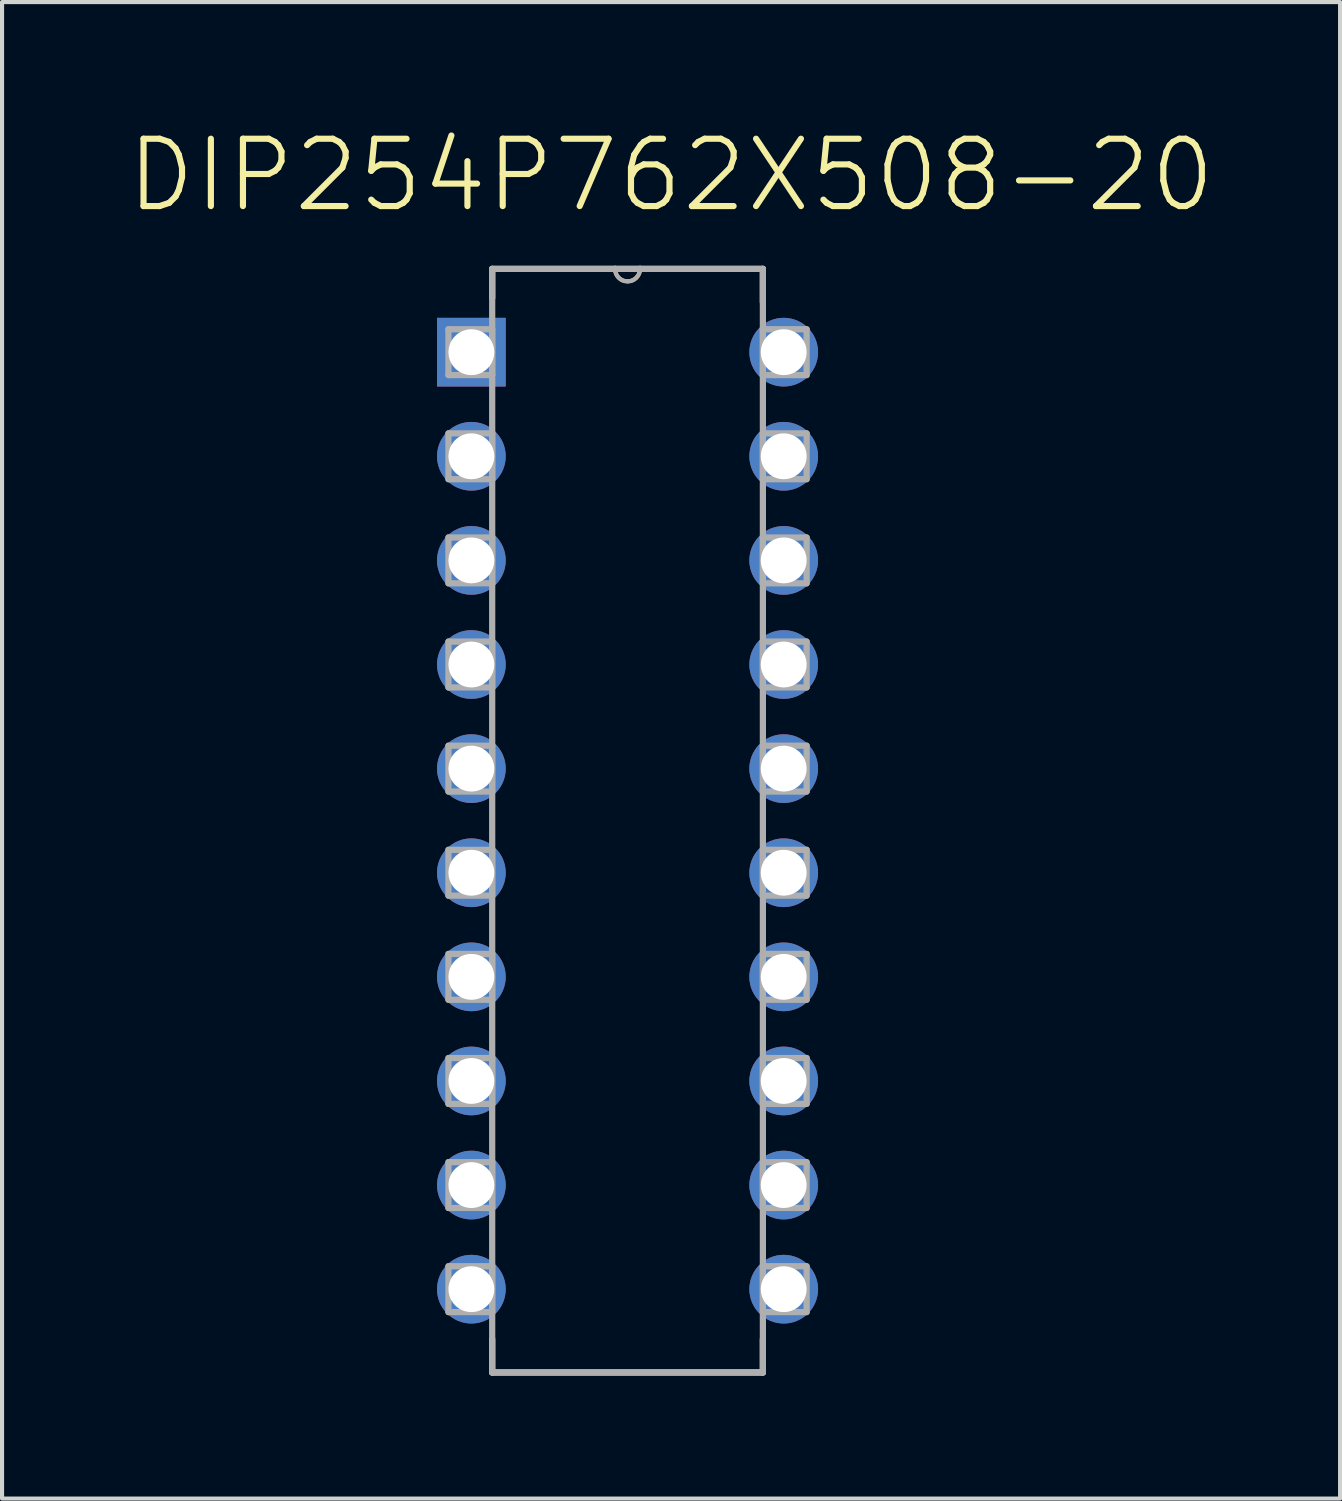
<source format=kicad_pcb>
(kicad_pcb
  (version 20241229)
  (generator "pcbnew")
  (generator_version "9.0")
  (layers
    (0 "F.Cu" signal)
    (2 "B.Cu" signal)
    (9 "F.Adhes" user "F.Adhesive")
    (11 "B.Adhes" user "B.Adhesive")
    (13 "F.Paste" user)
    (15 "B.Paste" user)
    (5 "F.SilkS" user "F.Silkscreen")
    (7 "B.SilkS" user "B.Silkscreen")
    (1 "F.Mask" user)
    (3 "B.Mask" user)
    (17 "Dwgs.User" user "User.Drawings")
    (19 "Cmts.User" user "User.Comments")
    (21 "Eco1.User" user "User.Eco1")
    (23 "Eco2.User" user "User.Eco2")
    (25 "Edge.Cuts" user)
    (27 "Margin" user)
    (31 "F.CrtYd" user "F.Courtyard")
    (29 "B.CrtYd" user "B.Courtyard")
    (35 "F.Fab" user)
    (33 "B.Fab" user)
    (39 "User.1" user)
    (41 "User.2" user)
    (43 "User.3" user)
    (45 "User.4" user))
  (footprint "DIP254P762X508-20"
    (layer "F.Cu")
    (at 16.07 28.402)
    (property "Reference" "DIP254P762X508-20" (at -2.748 -27.177 0) (layer "F.SilkS") (effects (font (size 1.643 1.643) (thickness 0.15))))
    (attr through_hole)
    (fp_line (start -7.112 -24.892) (end -7.112 -24.181) (stroke (width 0.152) (type solid)) (layer "F.SilkS"))
    (fp_line (start -7.112 1.219) (end -7.112 2.032) (stroke (width 0.152) (type solid)) (layer "F.SilkS"))
    (fp_line (start -7.112 2.032) (end -0.508 2.032) (stroke (width 0.152) (type solid)) (layer "F.SilkS"))
    (fp_line (start -4.115 -24.892) (end -7.112 -24.892) (stroke (width 0.152) (type solid)) (layer "F.SilkS"))
    (fp_line (start -3.505 -24.892) (end -4.115 -24.892) (stroke (width 0.152) (type solid)) (layer "F.SilkS"))
    (fp_line (start -0.508 -24.892) (end -3.505 -24.892) (stroke (width 0.152) (type solid)) (layer "F.SilkS"))
    (fp_line (start -0.508 -24.079) (end -0.508 -24.892) (stroke (width 0.152) (type solid)) (layer "F.SilkS"))
    (fp_line (start -0.508 2.032) (end -0.508 1.219) (stroke (width 0.152) (type solid)) (layer "F.SilkS"))
    (fp_arc (start -3.5052 -24.892) (mid -3.81 -24.5872) (end -4.1148 -24.892) (stroke (width 0.1) (type solid)) (layer "F.SilkS"))
    (fp_line (start -8.179 -23.419) (end -8.179 -22.301) (stroke (width 0.152) (type solid)) (layer "F.Fab"))
    (fp_line (start -8.179 -22.301) (end -7.112 -22.301) (stroke (width 0.152) (type solid)) (layer "F.Fab"))
    (fp_line (start -8.179 -20.879) (end -8.179 -19.761) (stroke (width 0.152) (type solid)) (layer "F.Fab"))
    (fp_line (start -8.179 -19.761) (end -7.112 -19.761) (stroke (width 0.152) (type solid)) (layer "F.Fab"))
    (fp_line (start -8.179 -18.339) (end -8.179 -17.221) (stroke (width 0.152) (type solid)) (layer "F.Fab"))
    (fp_line (start -8.179 -17.221) (end -7.112 -17.221) (stroke (width 0.152) (type solid)) (layer "F.Fab"))
    (fp_line (start -8.179 -15.799) (end -8.179 -14.681) (stroke (width 0.152) (type solid)) (layer "F.Fab"))
    (fp_line (start -8.179 -14.681) (end -7.112 -14.681) (stroke (width 0.152) (type solid)) (layer "F.Fab"))
    (fp_line (start -8.179 -13.259) (end -8.179 -12.141) (stroke (width 0.152) (type solid)) (layer "F.Fab"))
    (fp_line (start -8.179 -12.141) (end -7.112 -12.141) (stroke (width 0.152) (type solid)) (layer "F.Fab"))
    (fp_line (start -8.179 -10.719) (end -8.179 -9.601) (stroke (width 0.152) (type solid)) (layer "F.Fab"))
    (fp_line (start -8.179 -9.601) (end -7.112 -9.601) (stroke (width 0.152) (type solid)) (layer "F.Fab"))
    (fp_line (start -8.179 -8.179) (end -8.179 -7.061) (stroke (width 0.152) (type solid)) (layer "F.Fab"))
    (fp_line (start -8.179 -7.061) (end -7.112 -7.061) (stroke (width 0.152) (type solid)) (layer "F.Fab"))
    (fp_line (start -8.179 -5.639) (end -8.179 -4.521) (stroke (width 0.152) (type solid)) (layer "F.Fab"))
    (fp_line (start -8.179 -4.521) (end -7.112 -4.521) (stroke (width 0.152) (type solid)) (layer "F.Fab"))
    (fp_line (start -8.179 -3.099) (end -8.179 -1.981) (stroke (width 0.152) (type solid)) (layer "F.Fab"))
    (fp_line (start -8.179 -1.981) (end -7.112 -1.981) (stroke (width 0.152) (type solid)) (layer "F.Fab"))
    (fp_line (start -8.179 -0.559) (end -8.179 0.559) (stroke (width 0.152) (type solid)) (layer "F.Fab"))
    (fp_line (start -8.179 0.559) (end -7.112 0.559) (stroke (width 0.152) (type solid)) (layer "F.Fab"))
    (fp_line (start -7.112 -24.892) (end -7.112 2.032) (stroke (width 0.152) (type solid)) (layer "F.Fab"))
    (fp_line (start -7.112 -23.419) (end -8.179 -23.419) (stroke (width 0.152) (type solid)) (layer "F.Fab"))
    (fp_line (start -7.112 -22.301) (end -7.112 -23.419) (stroke (width 0.152) (type solid)) (layer "F.Fab"))
    (fp_line (start -7.112 -20.879) (end -8.179 -20.879) (stroke (width 0.152) (type solid)) (layer "F.Fab"))
    (fp_line (start -7.112 -19.761) (end -7.112 -20.879) (stroke (width 0.152) (type solid)) (layer "F.Fab"))
    (fp_line (start -7.112 -18.339) (end -8.179 -18.339) (stroke (width 0.152) (type solid)) (layer "F.Fab"))
    (fp_line (start -7.112 -17.221) (end -7.112 -18.339) (stroke (width 0.152) (type solid)) (layer "F.Fab"))
    (fp_line (start -7.112 -15.799) (end -8.179 -15.799) (stroke (width 0.152) (type solid)) (layer "F.Fab"))
    (fp_line (start -7.112 -14.681) (end -7.112 -15.799) (stroke (width 0.152) (type solid)) (layer "F.Fab"))
    (fp_line (start -7.112 -13.259) (end -8.179 -13.259) (stroke (width 0.152) (type solid)) (layer "F.Fab"))
    (fp_line (start -7.112 -12.141) (end -7.112 -13.259) (stroke (width 0.152) (type solid)) (layer "F.Fab"))
    (fp_line (start -7.112 -10.719) (end -8.179 -10.719) (stroke (width 0.152) (type solid)) (layer "F.Fab"))
    (fp_line (start -7.112 -9.601) (end -7.112 -10.719) (stroke (width 0.152) (type solid)) (layer "F.Fab"))
    (fp_line (start -7.112 -8.179) (end -8.179 -8.179) (stroke (width 0.152) (type solid)) (layer "F.Fab"))
    (fp_line (start -7.112 -7.061) (end -7.112 -8.179) (stroke (width 0.152) (type solid)) (layer "F.Fab"))
    (fp_line (start -7.112 -5.639) (end -8.179 -5.639) (stroke (width 0.152) (type solid)) (layer "F.Fab"))
    (fp_line (start -7.112 -4.521) (end -7.112 -5.639) (stroke (width 0.152) (type solid)) (layer "F.Fab"))
    (fp_line (start -7.112 -3.099) (end -8.179 -3.099) (stroke (width 0.152) (type solid)) (layer "F.Fab"))
    (fp_line (start -7.112 -1.981) (end -7.112 -3.099) (stroke (width 0.152) (type solid)) (layer "F.Fab"))
    (fp_line (start -7.112 -0.559) (end -8.179 -0.559) (stroke (width 0.152) (type solid)) (layer "F.Fab"))
    (fp_line (start -7.112 0.559) (end -7.112 -0.559) (stroke (width 0.152) (type solid)) (layer "F.Fab"))
    (fp_line (start -7.112 2.032) (end -0.508 2.032) (stroke (width 0.152) (type solid)) (layer "F.Fab"))
    (fp_line (start -4.115 -24.892) (end -7.112 -24.892) (stroke (width 0.152) (type solid)) (layer "F.Fab"))
    (fp_line (start -3.505 -24.892) (end -4.115 -24.892) (stroke (width 0.152) (type solid)) (layer "F.Fab"))
    (fp_line (start -0.508 -24.892) (end -3.505 -24.892) (stroke (width 0.152) (type solid)) (layer "F.Fab"))
    (fp_line (start -0.508 -23.419) (end -0.508 -22.301) (stroke (width 0.152) (type solid)) (layer "F.Fab"))
    (fp_line (start -0.508 -22.301) (end 0.559 -22.301) (stroke (width 0.152) (type solid)) (layer "F.Fab"))
    (fp_line (start -0.508 -20.879) (end -0.508 -19.761) (stroke (width 0.152) (type solid)) (layer "F.Fab"))
    (fp_line (start -0.508 -19.761) (end 0.559 -19.761) (stroke (width 0.152) (type solid)) (layer "F.Fab"))
    (fp_line (start -0.508 -18.339) (end -0.508 -17.221) (stroke (width 0.152) (type solid)) (layer "F.Fab"))
    (fp_line (start -0.508 -17.221) (end 0.559 -17.221) (stroke (width 0.152) (type solid)) (layer "F.Fab"))
    (fp_line (start -0.508 -15.799) (end -0.508 -14.681) (stroke (width 0.152) (type solid)) (layer "F.Fab"))
    (fp_line (start -0.508 -14.681) (end 0.559 -14.681) (stroke (width 0.152) (type solid)) (layer "F.Fab"))
    (fp_line (start -0.508 -13.259) (end -0.508 -12.141) (stroke (width 0.152) (type solid)) (layer "F.Fab"))
    (fp_line (start -0.508 -12.141) (end 0.559 -12.141) (stroke (width 0.152) (type solid)) (layer "F.Fab"))
    (fp_line (start -0.508 -10.719) (end -0.508 -9.601) (stroke (width 0.152) (type solid)) (layer "F.Fab"))
    (fp_line (start -0.508 -9.601) (end 0.559 -9.601) (stroke (width 0.152) (type solid)) (layer "F.Fab"))
    (fp_line (start -0.508 -8.179) (end -0.508 -7.061) (stroke (width 0.152) (type solid)) (layer "F.Fab"))
    (fp_line (start -0.508 -7.061) (end 0.559 -7.061) (stroke (width 0.152) (type solid)) (layer "F.Fab"))
    (fp_line (start -0.508 -5.639) (end -0.508 -4.521) (stroke (width 0.152) (type solid)) (layer "F.Fab"))
    (fp_line (start -0.508 -4.521) (end 0.559 -4.521) (stroke (width 0.152) (type solid)) (layer "F.Fab"))
    (fp_line (start -0.508 -3.099) (end -0.508 -1.981) (stroke (width 0.152) (type solid)) (layer "F.Fab"))
    (fp_line (start -0.508 -1.981) (end 0.559 -1.981) (stroke (width 0.152) (type solid)) (layer "F.Fab"))
    (fp_line (start -0.508 -0.559) (end -0.508 0.559) (stroke (width 0.152) (type solid)) (layer "F.Fab"))
    (fp_line (start -0.508 0.559) (end 0.559 0.559) (stroke (width 0.152) (type solid)) (layer "F.Fab"))
    (fp_line (start -0.508 2.032) (end -0.508 -24.892) (stroke (width 0.152) (type solid)) (layer "F.Fab"))
    (fp_line (start 0.559 -23.419) (end -0.508 -23.419) (stroke (width 0.152) (type solid)) (layer "F.Fab"))
    (fp_line (start 0.559 -22.301) (end 0.559 -23.419) (stroke (width 0.152) (type solid)) (layer "F.Fab"))
    (fp_line (start 0.559 -20.879) (end -0.508 -20.879) (stroke (width 0.152) (type solid)) (layer "F.Fab"))
    (fp_line (start 0.559 -19.761) (end 0.559 -20.879) (stroke (width 0.152) (type solid)) (layer "F.Fab"))
    (fp_line (start 0.559 -18.339) (end -0.508 -18.339) (stroke (width 0.152) (type solid)) (layer "F.Fab"))
    (fp_line (start 0.559 -17.221) (end 0.559 -18.339) (stroke (width 0.152) (type solid)) (layer "F.Fab"))
    (fp_line (start 0.559 -15.799) (end -0.508 -15.799) (stroke (width 0.152) (type solid)) (layer "F.Fab"))
    (fp_line (start 0.559 -14.681) (end 0.559 -15.799) (stroke (width 0.152) (type solid)) (layer "F.Fab"))
    (fp_line (start 0.559 -13.259) (end -0.508 -13.259) (stroke (width 0.152) (type solid)) (layer "F.Fab"))
    (fp_line (start 0.559 -12.141) (end 0.559 -13.259) (stroke (width 0.152) (type solid)) (layer "F.Fab"))
    (fp_line (start 0.559 -10.719) (end -0.508 -10.719) (stroke (width 0.152) (type solid)) (layer "F.Fab"))
    (fp_line (start 0.559 -9.601) (end 0.559 -10.719) (stroke (width 0.152) (type solid)) (layer "F.Fab"))
    (fp_line (start 0.559 -8.179) (end -0.508 -8.179) (stroke (width 0.152) (type solid)) (layer "F.Fab"))
    (fp_line (start 0.559 -7.061) (end 0.559 -8.179) (stroke (width 0.152) (type solid)) (layer "F.Fab"))
    (fp_line (start 0.559 -5.639) (end -0.508 -5.639) (stroke (width 0.152) (type solid)) (layer "F.Fab"))
    (fp_line (start 0.559 -4.521) (end 0.559 -5.639) (stroke (width 0.152) (type solid)) (layer "F.Fab"))
    (fp_line (start 0.559 -3.099) (end -0.508 -3.099) (stroke (width 0.152) (type solid)) (layer "F.Fab"))
    (fp_line (start 0.559 -1.981) (end 0.559 -3.099) (stroke (width 0.152) (type solid)) (layer "F.Fab"))
    (fp_line (start 0.559 -0.559) (end -0.508 -0.559) (stroke (width 0.152) (type solid)) (layer "F.Fab"))
    (fp_line (start 0.559 0.559) (end 0.559 -0.559) (stroke (width 0.152) (type solid)) (layer "F.Fab"))
    (fp_arc (start -3.5052 -24.892) (mid -3.81 -24.5872) (end -4.1148 -24.892) (stroke (width 0.1) (type solid)) (layer "F.Fab"))
    (pad "1" thru_hole rect (at -7.62 -22.86) (size 1.676 1.676) (drill 1.118) (layers "*.Cu" "*.Mask"))
    (pad "2" thru_hole circle (at -7.62 -20.32) (size 1.676 1.676) (drill 1.118) (layers "*.Cu" "*.Mask"))
    (pad "3" thru_hole circle (at -7.62 -17.78) (size 1.676 1.676) (drill 1.118) (layers "*.Cu" "*.Mask"))
    (pad "4" thru_hole circle (at -7.62 -15.24) (size 1.676 1.676) (drill 1.118) (layers "*.Cu" "*.Mask"))
    (pad "5" thru_hole circle (at -7.62 -12.7) (size 1.676 1.676) (drill 1.118) (layers "*.Cu" "*.Mask"))
    (pad "6" thru_hole circle (at -7.62 -10.16) (size 1.676 1.676) (drill 1.118) (layers "*.Cu" "*.Mask"))
    (pad "7" thru_hole circle (at -7.62 -7.62) (size 1.676 1.676) (drill 1.118) (layers "*.Cu" "*.Mask"))
    (pad "8" thru_hole circle (at -7.62 -5.08) (size 1.676 1.676) (drill 1.118) (layers "*.Cu" "*.Mask"))
    (pad "9" thru_hole circle (at -7.62 -2.54) (size 1.676 1.676) (drill 1.118) (layers "*.Cu" "*.Mask"))
    (pad "10" thru_hole circle (at -7.62 0) (size 1.676 1.676) (drill 1.118) (layers "*.Cu" "*.Mask"))
    (pad "11" thru_hole circle (at 0 0) (size 1.676 1.676) (drill 1.118) (layers "*.Cu" "*.Mask"))
    (pad "12" thru_hole circle (at 0 -2.54) (size 1.676 1.676) (drill 1.118) (layers "*.Cu" "*.Mask"))
    (pad "13" thru_hole circle (at 0 -5.08) (size 1.676 1.676) (drill 1.118) (layers "*.Cu" "*.Mask"))
    (pad "14" thru_hole circle (at 0 -7.62) (size 1.676 1.676) (drill 1.118) (layers "*.Cu" "*.Mask"))
    (pad "15" thru_hole circle (at 0 -10.16) (size 1.676 1.676) (drill 1.118) (layers "*.Cu" "*.Mask"))
    (pad "16" thru_hole circle (at 0 -12.7) (size 1.676 1.676) (drill 1.118) (layers "*.Cu" "*.Mask"))
    (pad "17" thru_hole circle (at 0 -15.24) (size 1.676 1.676) (drill 1.118) (layers "*.Cu" "*.Mask"))
    (pad "18" thru_hole circle (at 0 -17.78) (size 1.676 1.676) (drill 1.118) (layers "*.Cu" "*.Mask"))
    (pad "19" thru_hole circle (at 0 -20.32) (size 1.676 1.676) (drill 1.118) (layers "*.Cu" "*.Mask"))
    (pad "20" thru_hole circle (at 0 -22.86) (size 1.676 1.676) (drill 1.118) (layers "*.Cu" "*.Mask")))
  (gr_rect
    (start -3 -3)
    (end 29.644 33.51)
    (stroke (width 0.1) (type default))
    (fill no)
    (layer "Edge.Cuts")))
</source>
